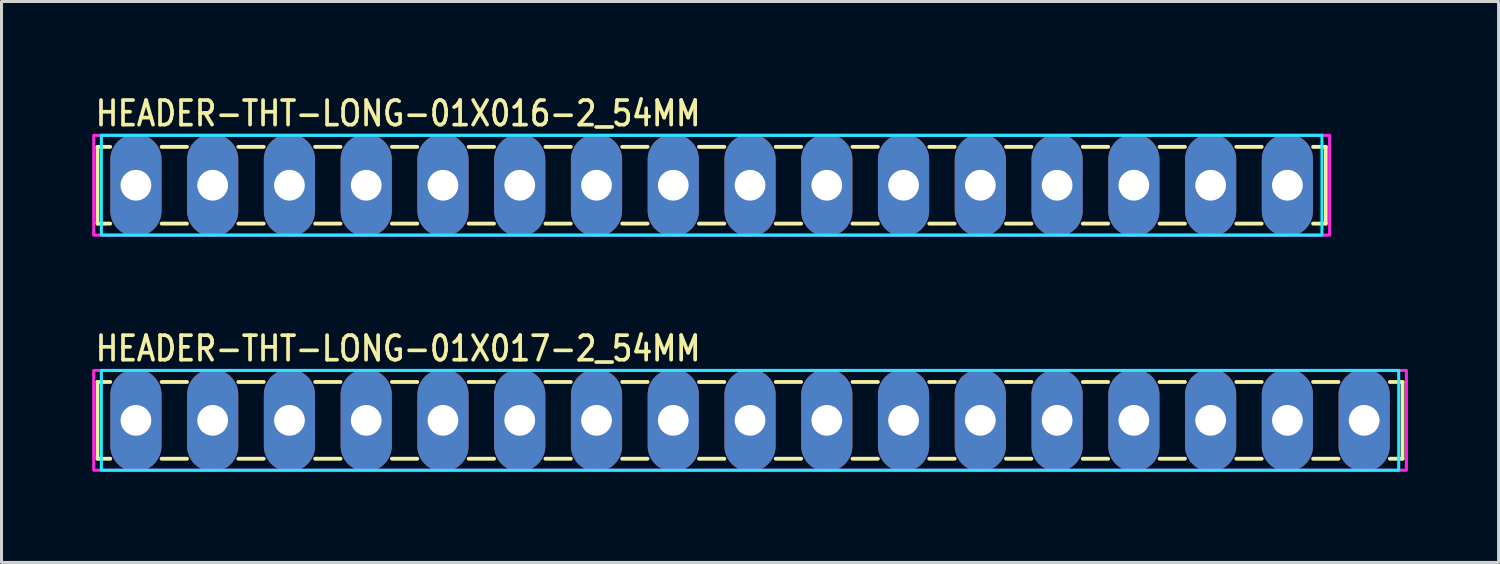
<source format=kicad_pcb>
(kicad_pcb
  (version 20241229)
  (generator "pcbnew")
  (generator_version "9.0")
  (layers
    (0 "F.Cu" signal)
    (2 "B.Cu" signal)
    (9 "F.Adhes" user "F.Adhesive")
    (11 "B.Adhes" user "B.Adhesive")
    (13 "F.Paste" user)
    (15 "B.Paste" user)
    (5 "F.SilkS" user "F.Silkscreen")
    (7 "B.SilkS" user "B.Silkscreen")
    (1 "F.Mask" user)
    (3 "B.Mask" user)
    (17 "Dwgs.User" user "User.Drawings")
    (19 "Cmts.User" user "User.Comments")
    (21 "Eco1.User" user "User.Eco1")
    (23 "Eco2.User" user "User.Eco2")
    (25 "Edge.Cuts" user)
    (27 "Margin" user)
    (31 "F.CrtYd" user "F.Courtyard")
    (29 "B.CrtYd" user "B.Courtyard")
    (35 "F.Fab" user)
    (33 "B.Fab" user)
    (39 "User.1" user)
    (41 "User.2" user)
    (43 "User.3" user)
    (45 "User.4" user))
  (footprint "HEADER-THT-LONG-01X016-2_54MM"
    (layer "F.Cu")
    (at 1.447 3.079)
    (property "Reference" "HEADER-THT-LONG-01X016-2_54MM" (at -1.4 -1.9 0) (unlocked yes) (layer "F.SilkS") (effects (font (size 0.813 0.695) (thickness 0.122)) (justify left bottom)))
    (fp_line (start -1.27 -1.27) (end -1.27 1.27) (stroke (width 0.127) (type solid)) (layer "F.SilkS"))
    (fp_line (start -1.27 1.27) (end -0.85 1.27) (stroke (width 0.127) (type solid)) (layer "F.SilkS"))
    (fp_line (start -0.85 -1.27) (end -1.27 -1.27) (stroke (width 0.127) (type solid)) (layer "F.SilkS"))
    (fp_line (start 0.85 -1.27) (end 1.69 -1.27) (stroke (width 0.127) (type solid)) (layer "F.SilkS"))
    (fp_line (start 0.85 1.27) (end 1.69 1.27) (stroke (width 0.127) (type solid)) (layer "F.SilkS"))
    (fp_line (start 3.39 -1.27) (end 4.23 -1.27) (stroke (width 0.127) (type solid)) (layer "F.SilkS"))
    (fp_line (start 3.39 1.27) (end 4.23 1.27) (stroke (width 0.127) (type solid)) (layer "F.SilkS"))
    (fp_line (start 5.93 -1.27) (end 6.77 -1.27) (stroke (width 0.127) (type solid)) (layer "F.SilkS"))
    (fp_line (start 5.93 1.27) (end 6.77 1.27) (stroke (width 0.127) (type solid)) (layer "F.SilkS"))
    (fp_line (start 8.47 -1.27) (end 9.31 -1.27) (stroke (width 0.127) (type solid)) (layer "F.SilkS"))
    (fp_line (start 8.47 1.27) (end 9.31 1.27) (stroke (width 0.127) (type solid)) (layer "F.SilkS"))
    (fp_line (start 11.01 -1.27) (end 11.85 -1.27) (stroke (width 0.127) (type solid)) (layer "F.SilkS"))
    (fp_line (start 11.01 1.27) (end 11.85 1.27) (stroke (width 0.127) (type solid)) (layer "F.SilkS"))
    (fp_line (start 13.55 -1.27) (end 14.39 -1.27) (stroke (width 0.127) (type solid)) (layer "F.SilkS"))
    (fp_line (start 13.55 1.27) (end 14.39 1.27) (stroke (width 0.127) (type solid)) (layer "F.SilkS"))
    (fp_line (start 16.09 -1.27) (end 16.93 -1.27) (stroke (width 0.127) (type solid)) (layer "F.SilkS"))
    (fp_line (start 16.09 1.27) (end 16.93 1.27) (stroke (width 0.127) (type solid)) (layer "F.SilkS"))
    (fp_line (start 18.63 -1.27) (end 19.47 -1.27) (stroke (width 0.127) (type solid)) (layer "F.SilkS"))
    (fp_line (start 18.63 1.27) (end 19.47 1.27) (stroke (width 0.127) (type solid)) (layer "F.SilkS"))
    (fp_line (start 21.17 -1.27) (end 22.01 -1.27) (stroke (width 0.127) (type solid)) (layer "F.SilkS"))
    (fp_line (start 21.17 1.27) (end 22.01 1.27) (stroke (width 0.127) (type solid)) (layer "F.SilkS"))
    (fp_line (start 23.71 -1.27) (end 24.55 -1.27) (stroke (width 0.127) (type solid)) (layer "F.SilkS"))
    (fp_line (start 23.71 1.27) (end 24.55 1.27) (stroke (width 0.127) (type solid)) (layer "F.SilkS"))
    (fp_line (start 26.25 -1.27) (end 27.09 -1.27) (stroke (width 0.127) (type solid)) (layer "F.SilkS"))
    (fp_line (start 26.25 1.27) (end 27.09 1.27) (stroke (width 0.127) (type solid)) (layer "F.SilkS"))
    (fp_line (start 28.79 -1.27) (end 29.63 -1.27) (stroke (width 0.127) (type solid)) (layer "F.SilkS"))
    (fp_line (start 28.79 1.27) (end 29.63 1.27) (stroke (width 0.127) (type solid)) (layer "F.SilkS"))
    (fp_line (start 31.33 -1.27) (end 32.17 -1.27) (stroke (width 0.127) (type solid)) (layer "F.SilkS"))
    (fp_line (start 31.33 1.27) (end 32.17 1.27) (stroke (width 0.127) (type solid)) (layer "F.SilkS"))
    (fp_line (start 33.87 -1.27) (end 34.71 -1.27) (stroke (width 0.127) (type solid)) (layer "F.SilkS"))
    (fp_line (start 33.87 1.27) (end 34.71 1.27) (stroke (width 0.127) (type solid)) (layer "F.SilkS"))
    (fp_line (start 36.41 -1.27) (end 37.25 -1.27) (stroke (width 0.127) (type solid)) (layer "F.SilkS"))
    (fp_line (start 36.41 1.27) (end 37.25 1.27) (stroke (width 0.127) (type solid)) (layer "F.SilkS"))
    (fp_line (start 38.95 -1.27) (end 39.37 -1.27) (stroke (width 0.127) (type solid)) (layer "F.SilkS"))
    (fp_line (start 39.37 -1.27) (end 39.37 1.27) (stroke (width 0.127) (type solid)) (layer "F.SilkS"))
    (fp_line (start 39.37 1.27) (end 38.95 1.27) (stroke (width 0.127) (type solid)) (layer "F.SilkS"))
    (fp_poly (pts (xy -1.143 -1.651) (xy 39.243 -1.651) (xy 39.243 1.651) (xy -1.143 1.651)) (stroke (width 0.1) (type solid)) (fill no) (layer "B.CrtYd"))
    (fp_poly (pts (xy -1.397 -1.651) (xy 39.497 -1.651) (xy 39.497 1.651) (xy -1.397 1.651)) (stroke (width 0.1) (type solid)) (fill no) (layer "F.CrtYd"))
    (pad "1" thru_hole oval (at 0 0 90) (size 3.387 1.693) (drill 1.016) (layers "*.Cu" "*.Mask"))
    (pad "2" thru_hole oval (at 2.54 0 90) (size 3.387 1.693) (drill 1.016) (layers "*.Cu" "*.Mask"))
    (pad "3" thru_hole oval (at 5.08 0 90) (size 3.387 1.693) (drill 1.016) (layers "*.Cu" "*.Mask"))
    (pad "4" thru_hole oval (at 7.62 0 90) (size 3.387 1.693) (drill 1.016) (layers "*.Cu" "*.Mask"))
    (pad "5" thru_hole oval (at 10.16 0 90) (size 3.387 1.693) (drill 1.016) (layers "*.Cu" "*.Mask"))
    (pad "6" thru_hole oval (at 12.7 0 90) (size 3.387 1.693) (drill 1.016) (layers "*.Cu" "*.Mask"))
    (pad "7" thru_hole oval (at 15.24 0 90) (size 3.387 1.693) (drill 1.016) (layers "*.Cu" "*.Mask"))
    (pad "8" thru_hole oval (at 17.78 0 90) (size 3.387 1.693) (drill 1.016) (layers "*.Cu" "*.Mask"))
    (pad "9" thru_hole oval (at 20.32 0 90) (size 3.387 1.693) (drill 1.016) (layers "*.Cu" "*.Mask"))
    (pad "10" thru_hole oval (at 22.86 0 90) (size 3.387 1.693) (drill 1.016) (layers "*.Cu" "*.Mask"))
    (pad "11" thru_hole oval (at 25.4 0 90) (size 3.387 1.693) (drill 1.016) (layers "*.Cu" "*.Mask"))
    (pad "12" thru_hole oval (at 27.94 0 90) (size 3.387 1.693) (drill 1.016) (layers "*.Cu" "*.Mask"))
    (pad "13" thru_hole oval (at 30.48 0 90) (size 3.387 1.693) (drill 1.016) (layers "*.Cu" "*.Mask"))
    (pad "14" thru_hole oval (at 33.02 0 90) (size 3.387 1.693) (drill 1.016) (layers "*.Cu" "*.Mask"))
    (pad "15" thru_hole oval (at 35.56 0 90) (size 3.387 1.693) (drill 1.016) (layers "*.Cu" "*.Mask"))
    (pad "16" thru_hole oval (at 38.1 0 90) (size 3.387 1.693) (drill 1.016) (layers "*.Cu" "*.Mask")))
  (footprint "HEADER-THT-LONG-01X017-2_54MM"
    (layer "F.Cu")
    (at 1.447 10.858)
    (property "Reference" "HEADER-THT-LONG-01X017-2_54MM" (at -1.4 -1.9 0) (unlocked yes) (layer "F.SilkS") (effects (font (size 0.813 0.695) (thickness 0.122)) (justify left bottom)))
    (fp_line (start -1.27 -1.27) (end -1.27 1.27) (stroke (width 0.127) (type solid)) (layer "F.SilkS"))
    (fp_line (start -1.27 1.27) (end -0.85 1.27) (stroke (width 0.127) (type solid)) (layer "F.SilkS"))
    (fp_line (start -0.85 -1.27) (end -1.27 -1.27) (stroke (width 0.127) (type solid)) (layer "F.SilkS"))
    (fp_line (start 0.85 -1.27) (end 1.69 -1.27) (stroke (width 0.127) (type solid)) (layer "F.SilkS"))
    (fp_line (start 0.85 1.27) (end 1.69 1.27) (stroke (width 0.127) (type solid)) (layer "F.SilkS"))
    (fp_line (start 3.39 -1.27) (end 4.23 -1.27) (stroke (width 0.127) (type solid)) (layer "F.SilkS"))
    (fp_line (start 3.39 1.27) (end 4.23 1.27) (stroke (width 0.127) (type solid)) (layer "F.SilkS"))
    (fp_line (start 5.93 -1.27) (end 6.77 -1.27) (stroke (width 0.127) (type solid)) (layer "F.SilkS"))
    (fp_line (start 5.93 1.27) (end 6.77 1.27) (stroke (width 0.127) (type solid)) (layer "F.SilkS"))
    (fp_line (start 8.47 -1.27) (end 9.31 -1.27) (stroke (width 0.127) (type solid)) (layer "F.SilkS"))
    (fp_line (start 8.47 1.27) (end 9.31 1.27) (stroke (width 0.127) (type solid)) (layer "F.SilkS"))
    (fp_line (start 11.01 -1.27) (end 11.85 -1.27) (stroke (width 0.127) (type solid)) (layer "F.SilkS"))
    (fp_line (start 11.01 1.27) (end 11.85 1.27) (stroke (width 0.127) (type solid)) (layer "F.SilkS"))
    (fp_line (start 13.55 -1.27) (end 14.39 -1.27) (stroke (width 0.127) (type solid)) (layer "F.SilkS"))
    (fp_line (start 13.55 1.27) (end 14.39 1.27) (stroke (width 0.127) (type solid)) (layer "F.SilkS"))
    (fp_line (start 16.09 -1.27) (end 16.93 -1.27) (stroke (width 0.127) (type solid)) (layer "F.SilkS"))
    (fp_line (start 16.09 1.27) (end 16.93 1.27) (stroke (width 0.127) (type solid)) (layer "F.SilkS"))
    (fp_line (start 18.63 -1.27) (end 19.47 -1.27) (stroke (width 0.127) (type solid)) (layer "F.SilkS"))
    (fp_line (start 18.63 1.27) (end 19.47 1.27) (stroke (width 0.127) (type solid)) (layer "F.SilkS"))
    (fp_line (start 21.17 -1.27) (end 22.01 -1.27) (stroke (width 0.127) (type solid)) (layer "F.SilkS"))
    (fp_line (start 21.17 1.27) (end 22.01 1.27) (stroke (width 0.127) (type solid)) (layer "F.SilkS"))
    (fp_line (start 23.71 -1.27) (end 24.55 -1.27) (stroke (width 0.127) (type solid)) (layer "F.SilkS"))
    (fp_line (start 23.71 1.27) (end 24.55 1.27) (stroke (width 0.127) (type solid)) (layer "F.SilkS"))
    (fp_line (start 26.25 -1.27) (end 27.09 -1.27) (stroke (width 0.127) (type solid)) (layer "F.SilkS"))
    (fp_line (start 26.25 1.27) (end 27.09 1.27) (stroke (width 0.127) (type solid)) (layer "F.SilkS"))
    (fp_line (start 28.79 -1.27) (end 29.63 -1.27) (stroke (width 0.127) (type solid)) (layer "F.SilkS"))
    (fp_line (start 28.79 1.27) (end 29.63 1.27) (stroke (width 0.127) (type solid)) (layer "F.SilkS"))
    (fp_line (start 31.33 -1.27) (end 32.17 -1.27) (stroke (width 0.127) (type solid)) (layer "F.SilkS"))
    (fp_line (start 31.33 1.27) (end 32.17 1.27) (stroke (width 0.127) (type solid)) (layer "F.SilkS"))
    (fp_line (start 33.87 -1.27) (end 34.71 -1.27) (stroke (width 0.127) (type solid)) (layer "F.SilkS"))
    (fp_line (start 33.87 1.27) (end 34.71 1.27) (stroke (width 0.127) (type solid)) (layer "F.SilkS"))
    (fp_line (start 36.41 -1.27) (end 37.25 -1.27) (stroke (width 0.127) (type solid)) (layer "F.SilkS"))
    (fp_line (start 36.41 1.27) (end 37.25 1.27) (stroke (width 0.127) (type solid)) (layer "F.SilkS"))
    (fp_line (start 38.95 -1.27) (end 39.79 -1.27) (stroke (width 0.127) (type solid)) (layer "F.SilkS"))
    (fp_line (start 38.95 1.27) (end 39.79 1.27) (stroke (width 0.127) (type solid)) (layer "F.SilkS"))
    (fp_line (start 41.49 -1.27) (end 41.91 -1.27) (stroke (width 0.127) (type solid)) (layer "F.SilkS"))
    (fp_line (start 41.91 -1.27) (end 41.91 1.27) (stroke (width 0.127) (type solid)) (layer "F.SilkS"))
    (fp_line (start 41.91 1.27) (end 41.49 1.27) (stroke (width 0.127) (type solid)) (layer "F.SilkS"))
    (fp_poly (pts (xy -1.143 -1.651) (xy 41.783 -1.651) (xy 41.783 1.651) (xy -1.143 1.651)) (stroke (width 0.1) (type solid)) (fill no) (layer "B.CrtYd"))
    (fp_poly (pts (xy -1.397 -1.651) (xy 42.037 -1.651) (xy 42.037 1.651) (xy -1.397 1.651)) (stroke (width 0.1) (type solid)) (fill no) (layer "F.CrtYd"))
    (pad "1" thru_hole oval (at 0 0 90) (size 3.387 1.693) (drill 1.016) (layers "*.Cu" "*.Mask"))
    (pad "2" thru_hole oval (at 2.54 0 90) (size 3.387 1.693) (drill 1.016) (layers "*.Cu" "*.Mask"))
    (pad "3" thru_hole oval (at 5.08 0 90) (size 3.387 1.693) (drill 1.016) (layers "*.Cu" "*.Mask"))
    (pad "4" thru_hole oval (at 7.62 0 90) (size 3.387 1.693) (drill 1.016) (layers "*.Cu" "*.Mask"))
    (pad "5" thru_hole oval (at 10.16 0 90) (size 3.387 1.693) (drill 1.016) (layers "*.Cu" "*.Mask"))
    (pad "6" thru_hole oval (at 12.7 0 90) (size 3.387 1.693) (drill 1.016) (layers "*.Cu" "*.Mask"))
    (pad "7" thru_hole oval (at 15.24 0 90) (size 3.387 1.693) (drill 1.016) (layers "*.Cu" "*.Mask"))
    (pad "8" thru_hole oval (at 17.78 0 90) (size 3.387 1.693) (drill 1.016) (layers "*.Cu" "*.Mask"))
    (pad "9" thru_hole oval (at 20.32 0 90) (size 3.387 1.693) (drill 1.016) (layers "*.Cu" "*.Mask"))
    (pad "10" thru_hole oval (at 22.86 0 90) (size 3.387 1.693) (drill 1.016) (layers "*.Cu" "*.Mask"))
    (pad "11" thru_hole oval (at 25.4 0 90) (size 3.387 1.693) (drill 1.016) (layers "*.Cu" "*.Mask"))
    (pad "12" thru_hole oval (at 27.94 0 90) (size 3.387 1.693) (drill 1.016) (layers "*.Cu" "*.Mask"))
    (pad "13" thru_hole oval (at 30.48 0 90) (size 3.387 1.693) (drill 1.016) (layers "*.Cu" "*.Mask"))
    (pad "14" thru_hole oval (at 33.02 0 90) (size 3.387 1.693) (drill 1.016) (layers "*.Cu" "*.Mask"))
    (pad "15" thru_hole oval (at 35.56 0 90) (size 3.387 1.693) (drill 1.016) (layers "*.Cu" "*.Mask"))
    (pad "16" thru_hole oval (at 38.1 0 90) (size 3.387 1.693) (drill 1.016) (layers "*.Cu" "*.Mask"))
    (pad "17" thru_hole oval (at 40.64 0 90) (size 3.387 1.693) (drill 1.016) (layers "*.Cu" "*.Mask")))
  (gr_rect
    (start -3 -3)
    (end 46.534 15.559)
    (stroke (width 0.1) (type default))
    (fill no)
    (layer "Edge.Cuts")))
</source>
